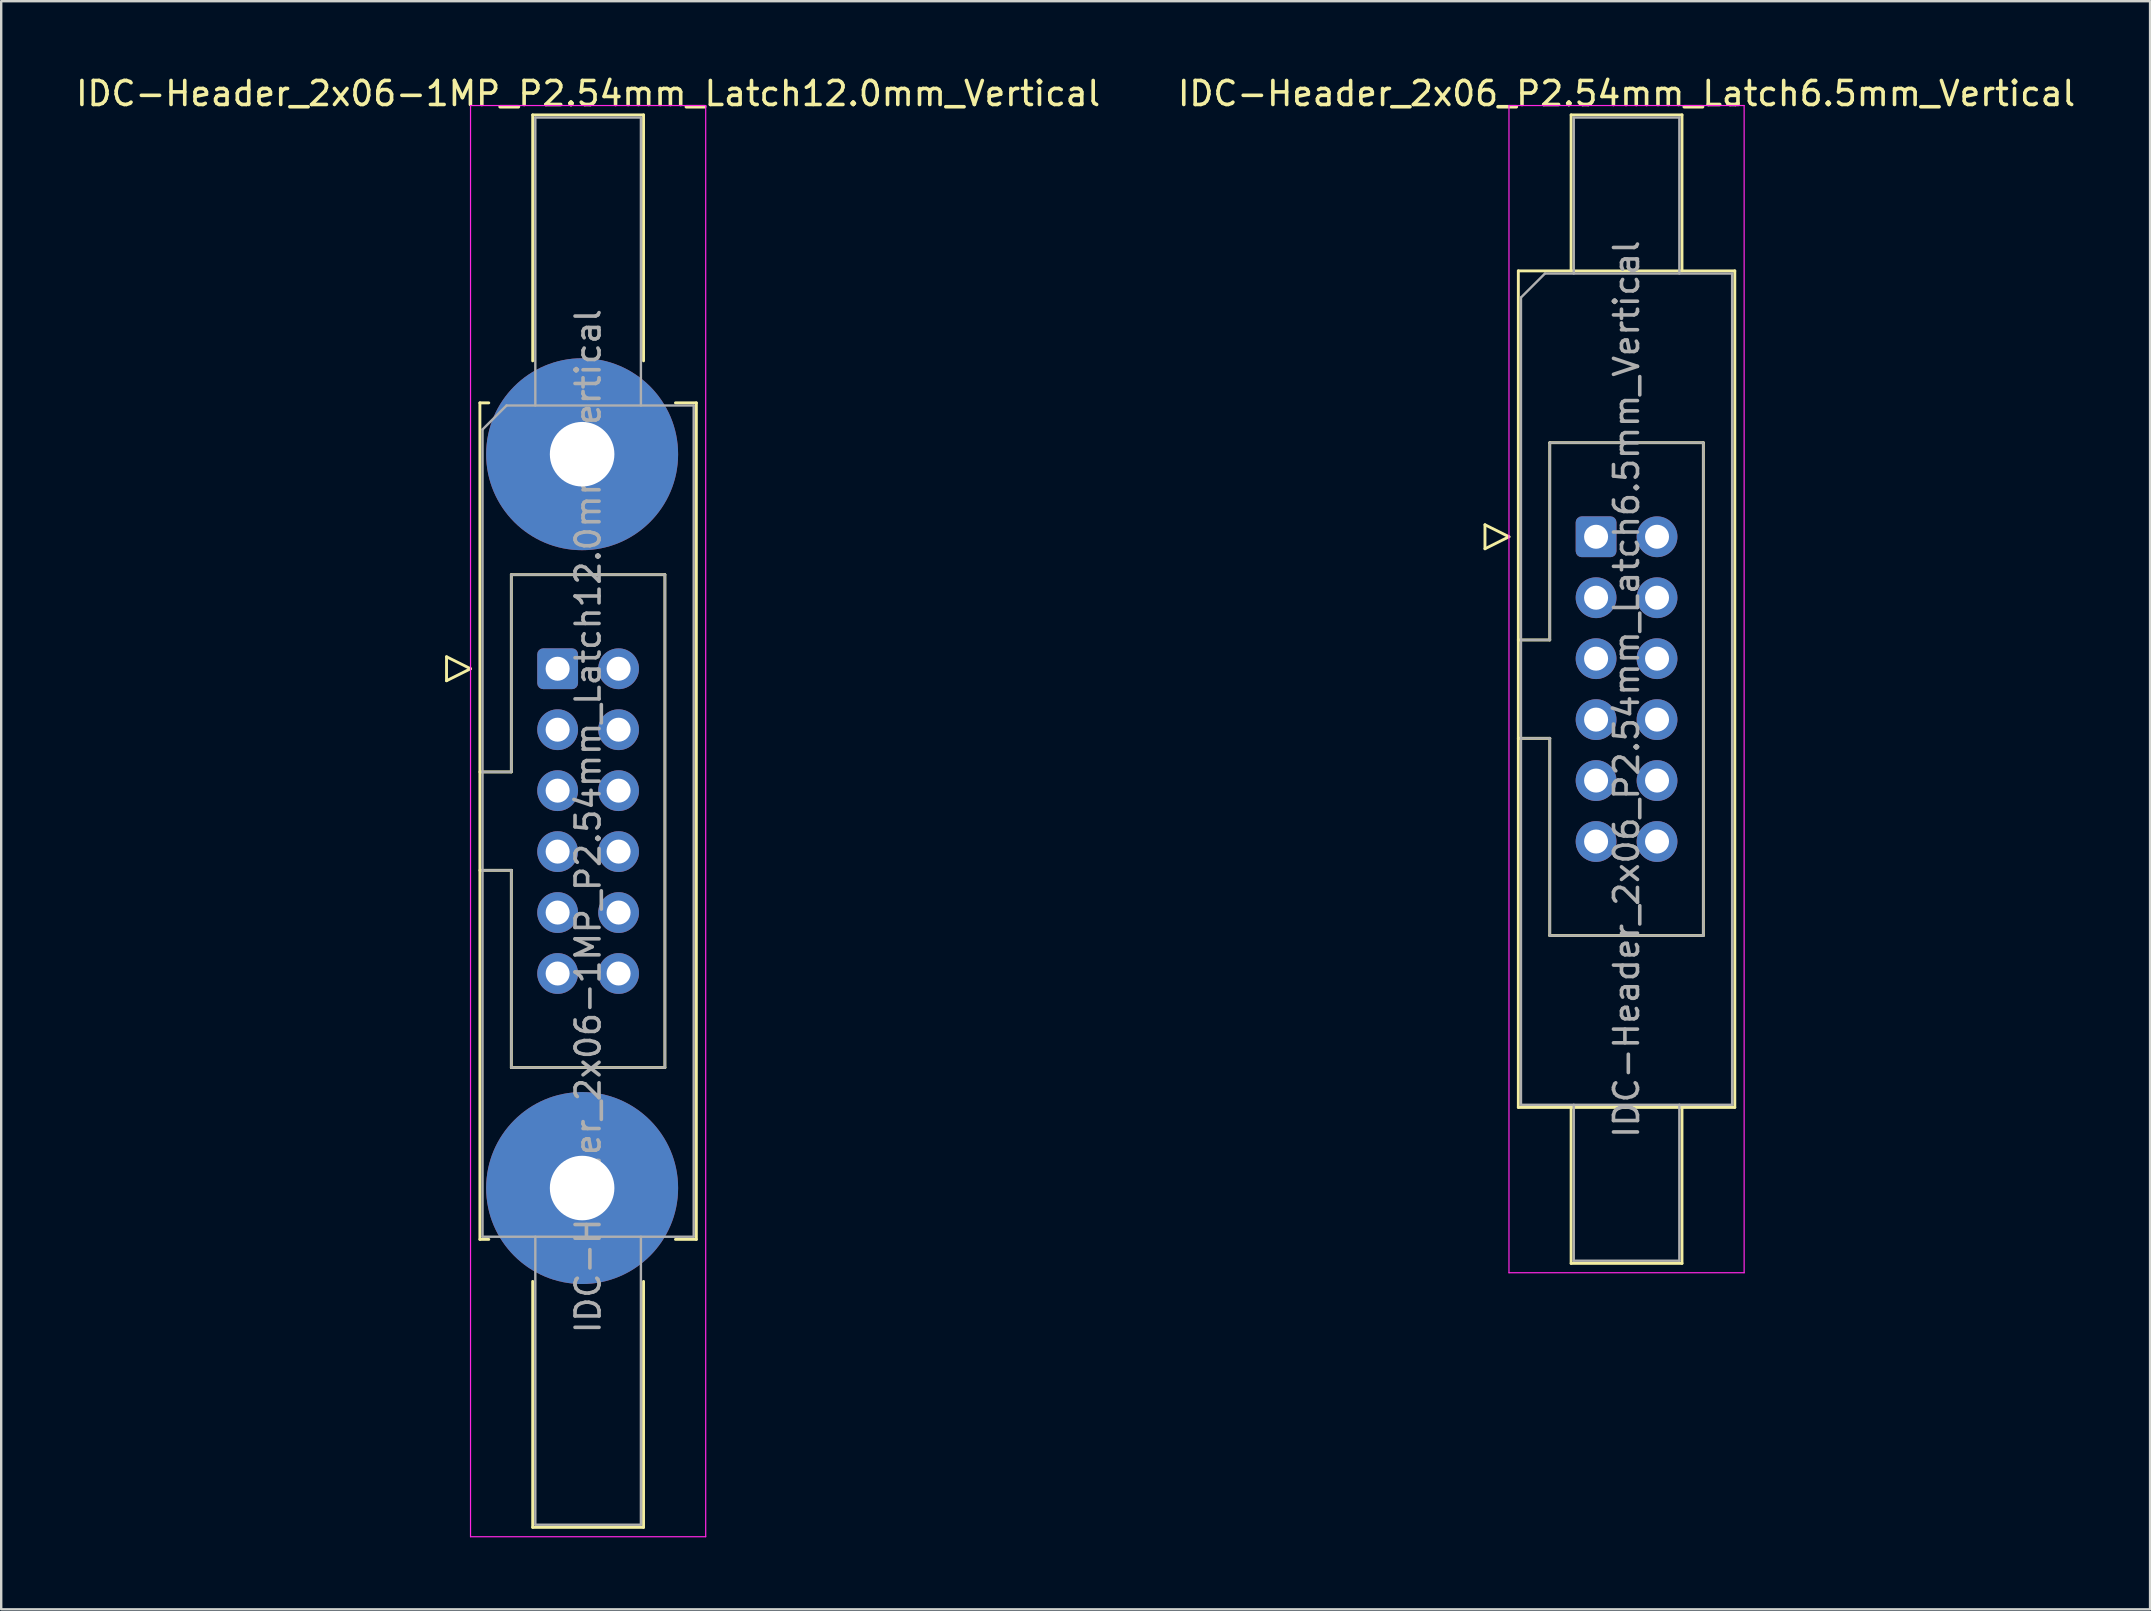
<source format=kicad_pcb>
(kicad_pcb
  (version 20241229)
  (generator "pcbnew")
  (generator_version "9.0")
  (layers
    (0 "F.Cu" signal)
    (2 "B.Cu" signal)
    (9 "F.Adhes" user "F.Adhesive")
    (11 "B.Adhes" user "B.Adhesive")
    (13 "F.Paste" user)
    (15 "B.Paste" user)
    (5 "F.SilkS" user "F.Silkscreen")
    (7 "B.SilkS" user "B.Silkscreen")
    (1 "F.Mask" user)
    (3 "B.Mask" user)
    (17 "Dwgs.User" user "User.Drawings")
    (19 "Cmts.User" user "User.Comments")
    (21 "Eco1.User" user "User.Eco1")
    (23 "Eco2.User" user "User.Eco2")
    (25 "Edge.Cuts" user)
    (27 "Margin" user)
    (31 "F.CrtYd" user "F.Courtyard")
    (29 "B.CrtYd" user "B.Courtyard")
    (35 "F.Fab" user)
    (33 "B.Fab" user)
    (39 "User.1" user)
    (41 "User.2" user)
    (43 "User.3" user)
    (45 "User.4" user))
  (footprint "IDC-Header_2x06_P2.54mm_Latch6.5mm_Vertical"
    (layer "F.Cu")
    (at 63.462 19.318)
    (property "Reference" "IDC-Header_2x06_P2.54mm_Latch6.5mm_Vertical" (at 1.27 -18.47 0) (layer "F.SilkS") (effects (font (size 1 1) (thickness 0.15))))
    (attr through_hole)
    (fp_line (start -4.63 -0.5) (end -4.63 0.5) (stroke (width 0.12) (type solid)) (layer "F.SilkS"))
    (fp_line (start -4.63 0.5) (end -3.63 0) (stroke (width 0.12) (type solid)) (layer "F.SilkS"))
    (fp_line (start -3.63 0) (end -4.63 -0.5) (stroke (width 0.12) (type solid)) (layer "F.SilkS"))
    (fp_line (start -3.24 -11.08) (end 5.78 -11.08) (stroke (width 0.12) (type solid)) (layer "F.SilkS"))
    (fp_line (start -3.24 4.3) (end -1.93 4.3) (stroke (width 0.12) (type solid)) (layer "F.SilkS"))
    (fp_line (start -3.24 23.78) (end -3.24 -11.08) (stroke (width 0.12) (type solid)) (layer "F.SilkS"))
    (fp_line (start -1.93 -3.92) (end 4.47 -3.92) (stroke (width 0.12) (type solid)) (layer "F.SilkS"))
    (fp_line (start -1.93 4.3) (end -1.93 -3.92) (stroke (width 0.12) (type solid)) (layer "F.SilkS"))
    (fp_line (start -1.93 8.4) (end -3.24 8.4) (stroke (width 0.12) (type solid)) (layer "F.SilkS"))
    (fp_line (start -1.93 8.4) (end -1.93 8.4) (stroke (width 0.12) (type solid)) (layer "F.SilkS"))
    (fp_line (start -1.93 16.62) (end -1.93 8.4) (stroke (width 0.12) (type solid)) (layer "F.SilkS"))
    (fp_line (start -1.04 -17.58) (end 3.58 -17.58) (stroke (width 0.12) (type solid)) (layer "F.SilkS"))
    (fp_line (start -1.04 -11.08) (end -1.04 -17.58) (stroke (width 0.12) (type solid)) (layer "F.SilkS"))
    (fp_line (start -1.04 23.78) (end -1.04 30.28) (stroke (width 0.12) (type solid)) (layer "F.SilkS"))
    (fp_line (start -1.04 30.28) (end 3.58 30.28) (stroke (width 0.12) (type solid)) (layer "F.SilkS"))
    (fp_line (start 3.58 -17.58) (end 3.58 -11.08) (stroke (width 0.12) (type solid)) (layer "F.SilkS"))
    (fp_line (start 3.58 30.28) (end 3.58 23.78) (stroke (width 0.12) (type solid)) (layer "F.SilkS"))
    (fp_line (start 4.47 -3.92) (end 4.47 16.62) (stroke (width 0.12) (type solid)) (layer "F.SilkS"))
    (fp_line (start 4.47 16.62) (end -1.93 16.62) (stroke (width 0.12) (type solid)) (layer "F.SilkS"))
    (fp_line (start 5.78 -11.08) (end 5.78 23.78) (stroke (width 0.12) (type solid)) (layer "F.SilkS"))
    (fp_line (start 5.78 23.78) (end -3.24 23.78) (stroke (width 0.12) (type solid)) (layer "F.SilkS"))
    (fp_line (start -3.63 -17.97) (end -3.63 30.67) (stroke (width 0.05) (type solid)) (layer "F.CrtYd"))
    (fp_line (start -3.63 30.67) (end 6.17 30.67) (stroke (width 0.05) (type solid)) (layer "F.CrtYd"))
    (fp_line (start 6.17 -17.97) (end -3.63 -17.97) (stroke (width 0.05) (type solid)) (layer "F.CrtYd"))
    (fp_line (start 6.17 30.67) (end 6.17 -17.97) (stroke (width 0.05) (type solid)) (layer "F.CrtYd"))
    (fp_line (start -3.13 -9.97) (end -2.13 -10.97) (stroke (width 0.1) (type solid)) (layer "F.Fab"))
    (fp_line (start -3.13 4.3) (end -1.93 4.3) (stroke (width 0.1) (type solid)) (layer "F.Fab"))
    (fp_line (start -3.13 23.67) (end -3.13 -9.97) (stroke (width 0.1) (type solid)) (layer "F.Fab"))
    (fp_line (start -2.13 -10.97) (end 5.67 -10.97) (stroke (width 0.1) (type solid)) (layer "F.Fab"))
    (fp_line (start -1.93 -3.92) (end 4.47 -3.92) (stroke (width 0.1) (type solid)) (layer "F.Fab"))
    (fp_line (start -1.93 4.3) (end -1.93 -3.92) (stroke (width 0.1) (type solid)) (layer "F.Fab"))
    (fp_line (start -1.93 8.4) (end -3.13 8.4) (stroke (width 0.1) (type solid)) (layer "F.Fab"))
    (fp_line (start -1.93 8.4) (end -1.93 8.4) (stroke (width 0.1) (type solid)) (layer "F.Fab"))
    (fp_line (start -1.93 16.62) (end -1.93 8.4) (stroke (width 0.1) (type solid)) (layer "F.Fab"))
    (fp_line (start -0.93 -17.47) (end 3.47 -17.47) (stroke (width 0.1) (type solid)) (layer "F.Fab"))
    (fp_line (start -0.93 -10.97) (end -0.93 -17.47) (stroke (width 0.1) (type solid)) (layer "F.Fab"))
    (fp_line (start -0.93 23.67) (end -0.93 30.17) (stroke (width 0.1) (type solid)) (layer "F.Fab"))
    (fp_line (start -0.93 30.17) (end 3.47 30.17) (stroke (width 0.1) (type solid)) (layer "F.Fab"))
    (fp_line (start 3.47 -17.47) (end 3.47 -10.97) (stroke (width 0.1) (type solid)) (layer "F.Fab"))
    (fp_line (start 3.47 30.17) (end 3.47 23.67) (stroke (width 0.1) (type solid)) (layer "F.Fab"))
    (fp_line (start 4.47 -3.92) (end 4.47 16.62) (stroke (width 0.1) (type solid)) (layer "F.Fab"))
    (fp_line (start 4.47 16.62) (end -1.93 16.62) (stroke (width 0.1) (type solid)) (layer "F.Fab"))
    (fp_line (start 5.67 -10.97) (end 5.67 23.67) (stroke (width 0.1) (type solid)) (layer "F.Fab"))
    (fp_line (start 5.67 23.67) (end -3.13 23.67) (stroke (width 0.1) (type solid)) (layer "F.Fab"))
    (fp_text user "${REFERENCE}" (at 1.27 6.35 90) (layer "F.Fab") (effects (font (size 1 1) (thickness 0.15))))
    (pad "1" thru_hole roundrect (at 0 0) (size 1.7 1.7) (drill 1) (layers "*.Cu" "*.Mask") (roundrect_rratio 0.147))
    (pad "2" thru_hole circle (at 2.54 0) (size 1.7 1.7) (drill 1) (layers "*.Cu" "*.Mask"))
    (pad "3" thru_hole circle (at 0 2.54) (size 1.7 1.7) (drill 1) (layers "*.Cu" "*.Mask"))
    (pad "4" thru_hole circle (at 2.54 2.54) (size 1.7 1.7) (drill 1) (layers "*.Cu" "*.Mask"))
    (pad "5" thru_hole circle (at 0 5.08) (size 1.7 1.7) (drill 1) (layers "*.Cu" "*.Mask"))
    (pad "6" thru_hole circle (at 2.54 5.08) (size 1.7 1.7) (drill 1) (layers "*.Cu" "*.Mask"))
    (pad "7" thru_hole circle (at 0 7.62) (size 1.7 1.7) (drill 1) (layers "*.Cu" "*.Mask"))
    (pad "8" thru_hole circle (at 2.54 7.62) (size 1.7 1.7) (drill 1) (layers "*.Cu" "*.Mask"))
    (pad "9" thru_hole circle (at 0 10.16) (size 1.7 1.7) (drill 1) (layers "*.Cu" "*.Mask"))
    (pad "10" thru_hole circle (at 2.54 10.16) (size 1.7 1.7) (drill 1) (layers "*.Cu" "*.Mask"))
    (pad "11" thru_hole circle (at 0 12.7) (size 1.7 1.7) (drill 1) (layers "*.Cu" "*.Mask"))
    (pad "12" thru_hole circle (at 2.54 12.7) (size 1.7 1.7) (drill 1) (layers "*.Cu" "*.Mask")))
  (footprint "IDC-Header_2x06-1MP_P2.54mm_Latch12.0mm_Vertical"
    (layer "F.Cu")
    (at 20.188 24.818)
    (property "Reference" "IDC-Header_2x06-1MP_P2.54mm_Latch12.0mm_Vertical" (at 1.27 -23.97 0) (layer "F.SilkS") (effects (font (size 1 1) (thickness 0.15))))
    (attr through_hole)
    (fp_line (start -4.63 -0.5) (end -4.63 0.5) (stroke (width 0.12) (type solid)) (layer "F.SilkS"))
    (fp_line (start -4.63 0.5) (end -3.63 0) (stroke (width 0.12) (type solid)) (layer "F.SilkS"))
    (fp_line (start -3.63 0) (end -4.63 -0.5) (stroke (width 0.12) (type solid)) (layer "F.SilkS"))
    (fp_line (start -3.24 -11.08) (end -3.24 23.78) (stroke (width 0.12) (type solid)) (layer "F.SilkS"))
    (fp_line (start -3.24 4.3) (end -1.93 4.3) (stroke (width 0.12) (type solid)) (layer "F.SilkS"))
    (fp_line (start -3.24 23.78) (end -2.87 23.78) (stroke (width 0.12) (type solid)) (layer "F.SilkS"))
    (fp_line (start -2.87 -11.08) (end -3.24 -11.08) (stroke (width 0.12) (type solid)) (layer "F.SilkS"))
    (fp_line (start -1.93 -3.92) (end 4.47 -3.92) (stroke (width 0.12) (type solid)) (layer "F.SilkS"))
    (fp_line (start -1.93 4.3) (end -1.93 -3.92) (stroke (width 0.12) (type solid)) (layer "F.SilkS"))
    (fp_line (start -1.93 8.4) (end -3.24 8.4) (stroke (width 0.12) (type solid)) (layer "F.SilkS"))
    (fp_line (start -1.93 8.4) (end -1.93 8.4) (stroke (width 0.12) (type solid)) (layer "F.SilkS"))
    (fp_line (start -1.93 16.62) (end -1.93 8.4) (stroke (width 0.12) (type solid)) (layer "F.SilkS"))
    (fp_line (start -1.04 -23.08) (end 3.58 -23.08) (stroke (width 0.12) (type solid)) (layer "F.SilkS"))
    (fp_line (start -1.04 -12.83) (end -1.04 -23.08) (stroke (width 0.12) (type solid)) (layer "F.SilkS"))
    (fp_line (start -1.04 25.53) (end -1.04 35.78) (stroke (width 0.12) (type solid)) (layer "F.SilkS"))
    (fp_line (start -1.04 35.78) (end 3.58 35.78) (stroke (width 0.12) (type solid)) (layer "F.SilkS"))
    (fp_line (start 3.58 -23.08) (end 3.58 -12.83) (stroke (width 0.12) (type solid)) (layer "F.SilkS"))
    (fp_line (start 3.58 35.78) (end 3.58 25.53) (stroke (width 0.12) (type solid)) (layer "F.SilkS"))
    (fp_line (start 4.47 -3.92) (end 4.47 16.62) (stroke (width 0.12) (type solid)) (layer "F.SilkS"))
    (fp_line (start 4.47 16.62) (end -1.93 16.62) (stroke (width 0.12) (type solid)) (layer "F.SilkS"))
    (fp_line (start 4.91 -11.08) (end 5.78 -11.08) (stroke (width 0.12) (type solid)) (layer "F.SilkS"))
    (fp_line (start 5.78 -11.08) (end 5.78 23.78) (stroke (width 0.12) (type solid)) (layer "F.SilkS"))
    (fp_line (start 5.78 23.78) (end 4.91 23.78) (stroke (width 0.12) (type solid)) (layer "F.SilkS"))
    (fp_line (start -3.63 -23.47) (end -3.63 36.17) (stroke (width 0.05) (type solid)) (layer "F.CrtYd"))
    (fp_line (start -3.63 36.17) (end 6.17 36.17) (stroke (width 0.05) (type solid)) (layer "F.CrtYd"))
    (fp_line (start 6.17 -23.47) (end -3.63 -23.47) (stroke (width 0.05) (type solid)) (layer "F.CrtYd"))
    (fp_line (start 6.17 36.17) (end 6.17 -23.47) (stroke (width 0.05) (type solid)) (layer "F.CrtYd"))
    (fp_line (start -3.13 -9.97) (end -2.13 -10.97) (stroke (width 0.1) (type solid)) (layer "F.Fab"))
    (fp_line (start -3.13 4.3) (end -1.93 4.3) (stroke (width 0.1) (type solid)) (layer "F.Fab"))
    (fp_line (start -3.13 23.67) (end -3.13 -9.97) (stroke (width 0.1) (type solid)) (layer "F.Fab"))
    (fp_line (start -2.13 -10.97) (end 5.67 -10.97) (stroke (width 0.1) (type solid)) (layer "F.Fab"))
    (fp_line (start -1.93 -3.92) (end 4.47 -3.92) (stroke (width 0.1) (type solid)) (layer "F.Fab"))
    (fp_line (start -1.93 4.3) (end -1.93 -3.92) (stroke (width 0.1) (type solid)) (layer "F.Fab"))
    (fp_line (start -1.93 8.4) (end -3.13 8.4) (stroke (width 0.1) (type solid)) (layer "F.Fab"))
    (fp_line (start -1.93 8.4) (end -1.93 8.4) (stroke (width 0.1) (type solid)) (layer "F.Fab"))
    (fp_line (start -1.93 16.62) (end -1.93 8.4) (stroke (width 0.1) (type solid)) (layer "F.Fab"))
    (fp_line (start -0.93 -22.97) (end 3.47 -22.97) (stroke (width 0.1) (type solid)) (layer "F.Fab"))
    (fp_line (start -0.93 -10.97) (end -0.93 -22.97) (stroke (width 0.1) (type solid)) (layer "F.Fab"))
    (fp_line (start -0.93 23.67) (end -0.93 35.67) (stroke (width 0.1) (type solid)) (layer "F.Fab"))
    (fp_line (start -0.93 35.67) (end 3.47 35.67) (stroke (width 0.1) (type solid)) (layer "F.Fab"))
    (fp_line (start 3.47 -22.97) (end 3.47 -10.97) (stroke (width 0.1) (type solid)) (layer "F.Fab"))
    (fp_line (start 3.47 35.67) (end 3.47 23.67) (stroke (width 0.1) (type solid)) (layer "F.Fab"))
    (fp_line (start 4.47 -3.92) (end 4.47 16.62) (stroke (width 0.1) (type solid)) (layer "F.Fab"))
    (fp_line (start 4.47 16.62) (end -1.93 16.62) (stroke (width 0.1) (type solid)) (layer "F.Fab"))
    (fp_line (start 5.67 -10.97) (end 5.67 23.67) (stroke (width 0.1) (type solid)) (layer "F.Fab"))
    (fp_line (start 5.67 23.67) (end -3.13 23.67) (stroke (width 0.1) (type solid)) (layer "F.Fab"))
    (fp_text user "${REFERENCE}" (at 1.27 6.35 90) (layer "F.Fab") (effects (font (size 1 1) (thickness 0.15))))
    (pad "1" thru_hole roundrect (at 0 0) (size 1.7 1.7) (drill 1) (layers "*.Cu" "*.Mask") (roundrect_rratio 0.147))
    (pad "2" thru_hole circle (at 2.54 0) (size 1.7 1.7) (drill 1) (layers "*.Cu" "*.Mask"))
    (pad "3" thru_hole circle (at 0 2.54) (size 1.7 1.7) (drill 1) (layers "*.Cu" "*.Mask"))
    (pad "4" thru_hole circle (at 2.54 2.54) (size 1.7 1.7) (drill 1) (layers "*.Cu" "*.Mask"))
    (pad "5" thru_hole circle (at 0 5.08) (size 1.7 1.7) (drill 1) (layers "*.Cu" "*.Mask"))
    (pad "6" thru_hole circle (at 2.54 5.08) (size 1.7 1.7) (drill 1) (layers "*.Cu" "*.Mask"))
    (pad "7" thru_hole circle (at 0 7.62) (size 1.7 1.7) (drill 1) (layers "*.Cu" "*.Mask"))
    (pad "8" thru_hole circle (at 2.54 7.62) (size 1.7 1.7) (drill 1) (layers "*.Cu" "*.Mask"))
    (pad "9" thru_hole circle (at 0 10.16) (size 1.7 1.7) (drill 1) (layers "*.Cu" "*.Mask"))
    (pad "10" thru_hole circle (at 2.54 10.16) (size 1.7 1.7) (drill 1) (layers "*.Cu" "*.Mask"))
    (pad "11" thru_hole circle (at 0 12.7) (size 1.7 1.7) (drill 1) (layers "*.Cu" "*.Mask"))
    (pad "12" thru_hole circle (at 2.54 12.7) (size 1.7 1.7) (drill 1) (layers "*.Cu" "*.Mask"))
    (pad "MP" thru_hole circle (at 1.02 -8.94) (size 8 8) (drill 2.69) (layers "*.Cu" "*.Mask"))
    (pad "MP" thru_hole circle (at 1.02 21.64) (size 8 8) (drill 2.69) (layers "*.Cu" "*.Mask")))
  (gr_rect
    (start -3 -3)
    (end 86.548 64.013)
    (stroke (width 0.1) (type default))
    (fill no)
    (layer "Edge.Cuts")))
</source>
